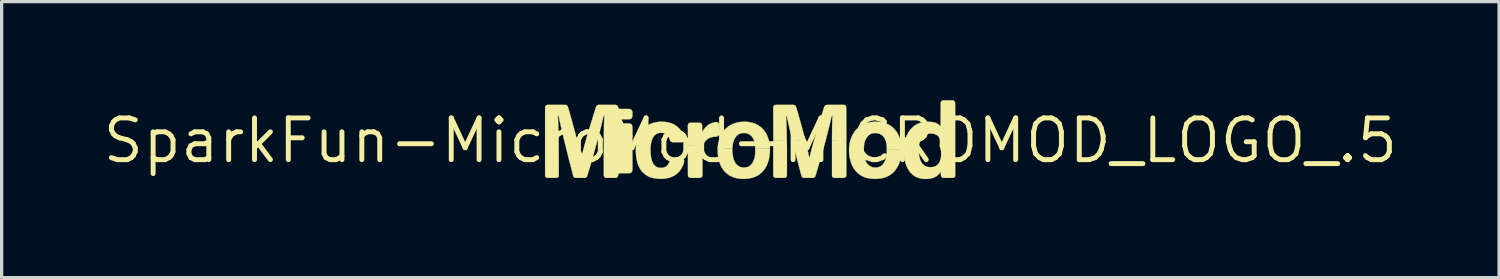
<source format=kicad_pcb>
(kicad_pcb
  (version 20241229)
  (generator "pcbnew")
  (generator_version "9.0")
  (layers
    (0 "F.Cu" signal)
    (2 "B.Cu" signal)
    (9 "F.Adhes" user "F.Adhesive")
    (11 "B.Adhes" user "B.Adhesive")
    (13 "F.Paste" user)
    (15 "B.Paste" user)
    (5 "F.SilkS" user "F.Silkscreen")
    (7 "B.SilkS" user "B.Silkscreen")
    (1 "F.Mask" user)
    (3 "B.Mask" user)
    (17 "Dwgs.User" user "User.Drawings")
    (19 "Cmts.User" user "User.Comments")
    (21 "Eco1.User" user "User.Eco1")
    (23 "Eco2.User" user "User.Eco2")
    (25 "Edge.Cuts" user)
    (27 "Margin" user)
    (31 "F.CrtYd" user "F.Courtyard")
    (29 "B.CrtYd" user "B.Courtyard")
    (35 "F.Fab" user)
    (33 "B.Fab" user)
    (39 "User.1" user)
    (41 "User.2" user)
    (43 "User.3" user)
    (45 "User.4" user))
  (footprint "SparkFun-MicroMod-MICROMOD_LOGO_.5"
    (layer "F.Cu")
    (at 19.783 1.228)
    (property "Reference" "SparkFun-MicroMod-MICROMOD_LOGO_.5" (at 0 0 0) (layer "F.SilkS") (effects (font (size 1.27 1.27) (thickness 0.15))))
    (attr exclude_from_pos_files exclude_from_bom)
    (fp_poly (pts (xy 2.918 -0.013) (xy 2.499 -0.013) (xy 2.484 -0.025) (xy 2.484 1.026) (xy 2.484 1.079) (xy 2.512 1.123) (xy 2.563 1.135) (xy 2.827 1.135) (xy 2.878 1.128) (xy 2.913 1.092) (xy 2.921 1.039) (xy 2.918 -0.013)) (stroke (width 0.008) (type solid)) (fill yes) (layer "F.SilkS"))
    (fp_poly (pts (xy -6.246 -0.109) (xy -6.246 1.046) (xy -6.238 1.097) (xy -6.2 1.13) (xy -6.147 1.135) (xy -5.939 1.135) (xy -5.885 1.133) (xy -5.842 1.102) (xy -5.829 1.054) (xy -5.832 0.213) (xy -5.834 -0.102) (xy -5.88 -0.109) (xy -6.246 -0.109)) (stroke (width 0.008) (type solid)) (fill yes) (layer "F.SilkS"))
    (fp_poly (pts (xy 1.11 -0.013) (xy 0.739 -0.013) (xy 0.696 -0.003) (xy 0.696 1.052) (xy 0.709 1.102) (xy 0.752 1.133) (xy 0.803 1.135) (xy 1.016 1.135) (xy 1.067 1.13) (xy 1.105 1.095) (xy 1.113 1.044) (xy 1.113 0.249) (xy 1.11 -0.013)) (stroke (width 0.008) (type solid)) (fill yes) (layer "F.SilkS"))
    (fp_poly (pts (xy -1.433 0.132) (xy -1.852 0.14) (xy -1.9 0.145) (xy -1.9 1.039) (xy -1.892 1.092) (xy -1.857 1.128) (xy -1.806 1.135) (xy -1.544 1.135) (xy -1.494 1.125) (xy -1.46 1.085) (xy -1.458 1.031) (xy -1.458 0.348) (xy -1.455 0.295) (xy -1.45 0.244) (xy -1.443 0.191) (xy -1.433 0.132)) (stroke (width 0.008) (type solid)) (fill yes) (layer "F.SilkS"))
    (fp_poly (pts (xy -3.589 -0.163) (xy -4.432 -0.109) (xy -4.458 -0.084) (xy -4.46 0.231) (xy -4.46 1.024) (xy -4.46 1.074) (xy -4.432 1.12) (xy -4.384 1.135) (xy -4.12 1.135) (xy -4.069 1.13) (xy -4.031 1.092) (xy -4.023 1.041) (xy -4 0.998) (xy -3.947 0.993) (xy -3.683 0.993) (xy -3.632 0.98) (xy -3.599 0.942) (xy -3.589 0.892) (xy -3.589 -0.163)) (stroke (width 0.008) (type solid)) (fill yes) (layer "F.SilkS"))
    (fp_poly (pts (xy 1.278 -0.013) (xy 1.648 -0.013) (xy 1.676 0.01) (xy 1.57 -0.404) (xy 1.483 -0.711) (xy 1.397 -1.016) (xy 1.374 -1.064) (xy 1.328 -1.087) (xy 0.798 -1.087) (xy 0.744 -1.082) (xy 0.704 -1.049) (xy 0.696 -0.996) (xy 0.699 -0.005) (xy 0.719 -0.013) (xy 1.092 -0.013) (xy 1.11 -0.01) (xy 1.1 -0.47) (xy 1.087 -0.737) (xy 1.092 -0.78) (xy 1.11 -0.737) (xy 1.179 -0.424) (xy 1.278 -0.013)) (stroke (width 0.008) (type solid)) (fill yes) (layer "F.SilkS"))
    (fp_poly (pts (xy 2.814 -1.087) (xy 2.337 -1.087) (xy 2.286 -1.077) (xy 2.25 -1.039) (xy 2.078 -0.48) (xy 1.941 -0.02) (xy 1.981 -0.013) (xy 2.248 -0.013) (xy 2.294 -0.02) (xy 2.388 -0.381) (xy 2.438 -0.587) (xy 2.474 -0.744) (xy 2.497 -0.77) (xy 2.487 -0.396) (xy 2.484 -0.025) (xy 2.525 -0.013) (xy 2.896 -0.013) (xy 2.921 -0.01) (xy 2.918 -1.001) (xy 2.908 -1.052) (xy 2.868 -1.085) (xy 2.814 -1.087)) (stroke (width 0.008) (type solid)) (fill yes) (layer "F.SilkS"))
    (fp_poly (pts (xy -6.175 -1.087) (xy -6.223 -1.069) (xy -6.246 -1.021) (xy -6.246 -0.112) (xy -6.21 -0.109) (xy -5.834 -0.099) (xy -5.837 -0.155) (xy -5.839 -0.262) (xy -5.847 -0.526) (xy -5.857 -0.737) (xy -5.85 -0.78) (xy -5.832 -0.737) (xy -5.776 -0.478) (xy -5.692 -0.119) (xy -5.646 -0.109) (xy -5.329 -0.109) (xy -5.298 -0.107) (xy -5.37 -0.386) (xy -5.441 -0.64) (xy -5.512 -0.894) (xy -5.558 -1.046) (xy -5.596 -1.082) (xy -5.646 -1.087) (xy -6.175 -1.087)) (stroke (width 0.008) (type solid)) (fill yes) (layer "F.SilkS"))
    (fp_poly (pts (xy 2.296 -0.025) (xy 1.976 -0.013) (xy 1.943 -0.025) (xy 1.892 0.152) (xy 1.852 0.305) (xy 1.826 0.406) (xy 1.803 0.511) (xy 1.793 0.526) (xy 1.75 0.32) (xy 1.676 0.013) (xy 1.643 -0.013) (xy 1.328 -0.013) (xy 1.28 -0.01) (xy 1.405 0.5) (xy 1.496 0.856) (xy 1.552 1.062) (xy 1.57 1.11) (xy 1.615 1.135) (xy 1.88 1.135) (xy 1.93 1.133) (xy 1.971 1.1) (xy 1.989 1.049) (xy 2.019 0.95) (xy 2.123 0.594) (xy 2.225 0.239) (xy 2.296 -0.025)) (stroke (width 0.008) (type solid)) (fill yes) (layer "F.SilkS"))
    (fp_poly (pts (xy -5.298 -0.109) (xy -5.669 -0.109) (xy -5.692 -0.117) (xy -5.606 0.229) (xy -5.504 0.64) (xy -5.397 1.052) (xy -5.38 1.102) (xy -5.339 1.133) (xy -5.286 1.135) (xy -5.022 1.133) (xy -4.978 1.105) (xy -4.958 1.057) (xy -4.851 0.701) (xy -4.75 0.343) (xy -4.638 -0.064) (xy -4.62 -0.127) (xy -4.948 -0.109) (xy -4.976 -0.112) (xy -5.027 0.066) (xy -5.083 0.269) (xy -5.121 0.424) (xy -5.144 0.528) (xy -5.154 0.508) (xy -5.177 0.404) (xy -5.222 0.198) (xy -5.286 -0.058) (xy -5.298 -0.109)) (stroke (width 0.008) (type solid)) (fill yes) (layer "F.SilkS"))
    (fp_poly (pts (xy -1.026 -0.566) (xy -1.079 -0.559) (xy -1.13 -0.546) (xy -1.181 -0.528) (xy -1.229 -0.508) (xy -1.275 -0.483) (xy -1.316 -0.45) (xy -1.356 -0.414) (xy -1.389 -0.376) (xy -1.42 -0.333) (xy -1.448 -0.284) (xy -1.463 -0.259) (xy -1.466 -0.366) (xy -1.468 -0.472) (xy -1.488 -0.521) (xy -1.534 -0.544) (xy -1.798 -0.544) (xy -1.852 -0.541) (xy -1.892 -0.508) (xy -1.902 -0.457) (xy -1.9 -0.297) (xy -1.9 0.147) (xy -1.864 0.14) (xy -1.44 0.14) (xy -1.417 0.099) (xy -1.394 0.051) (xy -1.364 0.008) (xy -1.328 -0.028) (xy -1.285 -0.058) (xy -1.24 -0.084) (xy -1.189 -0.099) (xy -1.138 -0.112) (xy -1.085 -0.119) (xy -1.031 -0.122) (xy -0.983 -0.14) (xy -0.958 -0.183) (xy -0.955 -0.5) (xy -0.978 -0.546) (xy -1.026 -0.566)) (stroke (width 0.008) (type solid)) (fill yes) (layer "F.SilkS"))
    (fp_poly (pts (xy -4.978 -0.109) (xy -4.661 -0.109) (xy -4.62 -0.127) (xy -4.529 -0.483) (xy -4.47 -0.739) (xy -4.445 -0.772) (xy -4.455 -0.455) (xy -4.458 -0.081) (xy -4.437 -0.109) (xy -3.594 -0.109) (xy -3.589 -0.157) (xy -3.589 -0.422) (xy -3.602 -0.472) (xy -3.637 -0.508) (xy -3.688 -0.521) (xy -3.952 -0.521) (xy -4.003 -0.526) (xy -4.026 -0.572) (xy -4.021 -0.622) (xy -3.978 -0.648) (xy -3.716 -0.648) (xy -3.663 -0.65) (xy -3.617 -0.676) (xy -3.592 -0.721) (xy -3.589 -0.775) (xy -3.589 -0.879) (xy -3.609 -0.927) (xy -3.653 -0.958) (xy -3.703 -0.963) (xy -3.967 -0.963) (xy -4.016 -0.978) (xy -4.026 -1.029) (xy -4.054 -1.072) (xy -4.105 -1.087) (xy -4.63 -1.087) (xy -4.676 -1.064) (xy -4.699 -1.016) (xy -4.763 -0.815) (xy -4.887 -0.411) (xy -4.978 -0.109)) (stroke (width 0.008) (type solid)) (fill yes) (layer "F.SilkS"))
    (fp_poly (pts (xy -2.703 -0.577) (xy -2.809 -0.569) (xy -2.863 -0.561) (xy -2.913 -0.551) (xy -2.967 -0.536) (xy -3.015 -0.518) (xy -3.063 -0.498) (xy -3.111 -0.472) (xy -3.157 -0.445) (xy -3.198 -0.411) (xy -3.239 -0.376) (xy -3.277 -0.34) (xy -3.31 -0.297) (xy -3.34 -0.254) (xy -3.368 -0.211) (xy -3.391 -0.163) (xy -3.414 -0.114) (xy -3.432 -0.064) (xy -3.447 -0.013) (xy -3.459 0.036) (xy -3.47 0.089) (xy -3.477 0.142) (xy -3.447 0.163) (xy -3.076 0.163) (xy -3.033 0.152) (xy -3.025 0.099) (xy -3.015 0.048) (xy -3.002 -0.003) (xy -2.985 -0.051) (xy -2.959 -0.099) (xy -2.929 -0.142) (xy -2.891 -0.18) (xy -2.847 -0.208) (xy -2.797 -0.226) (xy -2.746 -0.236) (xy -2.692 -0.236) (xy -2.639 -0.229) (xy -2.588 -0.213) (xy -2.545 -0.183) (xy -2.507 -0.145) (xy -2.479 -0.102) (xy -2.459 -0.051) (xy -2.443 0) (xy -2.413 0.038) (xy -2.362 0.051) (xy -2.098 0.051) (xy -2.045 0.043) (xy -2.009 0.003) (xy -2.009 -0.046) (xy -2.022 -0.099) (xy -2.037 -0.15) (xy -2.055 -0.198) (xy -2.08 -0.246) (xy -2.106 -0.292) (xy -2.136 -0.335) (xy -2.172 -0.376) (xy -2.21 -0.411) (xy -2.253 -0.445) (xy -2.296 -0.475) (xy -2.342 -0.5) (xy -2.39 -0.521) (xy -2.441 -0.538) (xy -2.492 -0.551) (xy -2.545 -0.561) (xy -2.598 -0.569) (xy -2.703 -0.577)) (stroke (width 0.008) (type solid)) (fill yes) (layer "F.SilkS"))
    (fp_poly (pts (xy -3.033 0.152) (xy -3.457 0.163) (xy -3.477 0.142) (xy -3.487 0.3) (xy -3.482 0.404) (xy -3.472 0.511) (xy -3.465 0.561) (xy -3.439 0.665) (xy -3.424 0.716) (xy -3.404 0.765) (xy -3.383 0.813) (xy -3.355 0.859) (xy -3.327 0.902) (xy -3.294 0.945) (xy -3.256 0.983) (xy -3.218 1.016) (xy -3.175 1.049) (xy -3.129 1.077) (xy -3.081 1.1) (xy -3.033 1.118) (xy -2.982 1.133) (xy -2.931 1.146) (xy -2.878 1.153) (xy -2.824 1.161) (xy -2.72 1.163) (xy -2.667 1.163) (xy -2.614 1.158) (xy -2.563 1.151) (xy -2.51 1.14) (xy -2.459 1.128) (xy -2.408 1.11) (xy -2.36 1.087) (xy -2.314 1.064) (xy -2.268 1.034) (xy -2.228 1.003) (xy -2.189 0.965) (xy -2.154 0.927) (xy -2.121 0.884) (xy -2.093 0.841) (xy -2.07 0.792) (xy -2.047 0.744) (xy -2.029 0.693) (xy -2.017 0.643) (xy -2.017 0.592) (xy -2.055 0.556) (xy -2.106 0.549) (xy -2.37 0.549) (xy -2.421 0.561) (xy -2.449 0.605) (xy -2.466 0.655) (xy -2.489 0.704) (xy -2.52 0.747) (xy -2.558 0.782) (xy -2.603 0.808) (xy -2.654 0.823) (xy -2.708 0.831) (xy -2.758 0.828) (xy -2.812 0.818) (xy -2.86 0.798) (xy -2.903 0.765) (xy -2.939 0.726) (xy -2.967 0.681) (xy -2.987 0.632) (xy -3.005 0.584) (xy -3.018 0.531) (xy -3.025 0.48) (xy -3.033 0.427) (xy -3.035 0.373) (xy -3.038 0.269) (xy -3.038 0.216) (xy -3.033 0.152)) (stroke (width 0.008) (type solid)) (fill yes) (layer "F.SilkS"))
    (fp_poly (pts (xy 5.862 -1.224) (xy 5.814 -1.204) (xy 5.791 -1.158) (xy 5.789 -0.47) (xy 5.786 -0.427) (xy 5.756 -0.467) (xy 5.712 -0.5) (xy 5.667 -0.526) (xy 5.618 -0.546) (xy 5.568 -0.559) (xy 5.514 -0.566) (xy 5.461 -0.572) (xy 5.41 -0.574) (xy 5.304 -0.569) (xy 5.25 -0.561) (xy 5.199 -0.549) (xy 5.149 -0.533) (xy 5.1 -0.513) (xy 5.052 -0.49) (xy 5.009 -0.462) (xy 4.966 -0.432) (xy 4.925 -0.396) (xy 4.889 -0.358) (xy 4.856 -0.318) (xy 4.823 -0.274) (xy 4.798 -0.229) (xy 4.773 -0.18) (xy 4.75 -0.135) (xy 4.717 -0.033) (xy 4.704 0.015) (xy 4.691 0.066) (xy 4.684 0.119) (xy 4.679 0.173) (xy 4.674 0.224) (xy 4.671 0.277) (xy 4.717 0.287) (xy 5.085 0.287) (xy 5.123 0.269) (xy 5.123 0.216) (xy 5.128 0.165) (xy 5.136 0.112) (xy 5.149 0.061) (xy 5.164 0.01) (xy 5.187 -0.036) (xy 5.215 -0.081) (xy 5.248 -0.122) (xy 5.288 -0.157) (xy 5.331 -0.183) (xy 5.382 -0.201) (xy 5.433 -0.211) (xy 5.486 -0.216) (xy 5.54 -0.211) (xy 5.591 -0.203) (xy 5.641 -0.185) (xy 5.687 -0.16) (xy 5.725 -0.122) (xy 5.753 -0.079) (xy 5.773 -0.028) (xy 5.789 0.02) (xy 5.796 0.071) (xy 5.804 0.124) (xy 5.806 0.178) (xy 5.809 0.282) (xy 5.86 0.287) (xy 6.231 0.287) (xy 6.231 0.234) (xy 6.231 -1.138) (xy 6.22 -1.189) (xy 6.18 -1.222) (xy 6.126 -1.224) (xy 5.862 -1.224)) (stroke (width 0.008) (type solid)) (fill yes) (layer "F.SilkS"))
    (fp_poly (pts (xy -0.183 -0.577) (xy -0.287 -0.569) (xy -0.34 -0.561) (xy -0.391 -0.554) (xy -0.442 -0.538) (xy -0.493 -0.523) (xy -0.541 -0.505) (xy -0.589 -0.48) (xy -0.635 -0.455) (xy -0.678 -0.424) (xy -0.719 -0.391) (xy -0.757 -0.356) (xy -0.792 -0.318) (xy -0.826 -0.277) (xy -0.856 -0.234) (xy -0.881 -0.188) (xy -0.907 -0.14) (xy -0.927 -0.091) (xy -0.945 -0.043) (xy -0.973 0.056) (xy -0.983 0.107) (xy -0.993 0.213) (xy -0.973 0.241) (xy -0.551 0.241) (xy -0.538 0.14) (xy -0.531 0.089) (xy -0.518 0.038) (xy -0.5 -0.01) (xy -0.48 -0.058) (xy -0.452 -0.102) (xy -0.419 -0.142) (xy -0.378 -0.178) (xy -0.333 -0.203) (xy -0.282 -0.221) (xy -0.231 -0.229) (xy -0.178 -0.229) (xy -0.127 -0.224) (xy -0.074 -0.208) (xy -0.028 -0.188) (xy 0.013 -0.157) (xy 0.051 -0.119) (xy 0.079 -0.076) (xy 0.104 -0.028) (xy 0.119 0.018) (xy 0.132 0.069) (xy 0.142 0.122) (xy 0.147 0.173) (xy 0.15 0.226) (xy 0.188 0.241) (xy 0.556 0.241) (xy 0.597 0.231) (xy 0.594 0.178) (xy 0.587 0.124) (xy 0.572 0.02) (xy 0.556 -0.028) (xy 0.541 -0.076) (xy 0.523 -0.127) (xy 0.5 -0.175) (xy 0.478 -0.221) (xy 0.45 -0.267) (xy 0.419 -0.307) (xy 0.384 -0.348) (xy 0.348 -0.386) (xy 0.307 -0.419) (xy 0.264 -0.45) (xy 0.218 -0.478) (xy 0.173 -0.503) (xy 0.124 -0.521) (xy 0.074 -0.538) (xy 0.023 -0.551) (xy -0.025 -0.561) (xy -0.079 -0.569) (xy -0.183 -0.577)) (stroke (width 0.008) (type solid)) (fill yes) (layer "F.SilkS"))
    (fp_poly (pts (xy 0.597 0.241) (xy 0.173 0.241) (xy 0.15 0.224) (xy 0.147 0.381) (xy 0.142 0.434) (xy 0.135 0.485) (xy 0.122 0.538) (xy 0.107 0.589) (xy 0.086 0.638) (xy 0.061 0.683) (xy 0.028 0.726) (xy -0.008 0.762) (xy -0.053 0.79) (xy -0.102 0.81) (xy -0.155 0.818) (xy -0.208 0.82) (xy -0.259 0.815) (xy -0.31 0.8) (xy -0.358 0.777) (xy -0.401 0.744) (xy -0.437 0.706) (xy -0.467 0.663) (xy -0.49 0.615) (xy -0.511 0.566) (xy -0.523 0.516) (xy -0.533 0.462) (xy -0.541 0.409) (xy -0.546 0.356) (xy -0.551 0.239) (xy -0.592 0.241) (xy -0.963 0.241) (xy -0.996 0.213) (xy -0.993 0.371) (xy -0.983 0.475) (xy -0.975 0.528) (xy -0.95 0.63) (xy -0.935 0.681) (xy -0.914 0.732) (xy -0.892 0.78) (xy -0.866 0.826) (xy -0.838 0.871) (xy -0.805 0.912) (xy -0.772 0.953) (xy -0.732 0.988) (xy -0.691 1.024) (xy -0.648 1.054) (xy -0.602 1.079) (xy -0.554 1.102) (xy -0.505 1.12) (xy -0.401 1.148) (xy -0.297 1.163) (xy -0.191 1.166) (xy -0.084 1.158) (xy -0.033 1.153) (xy 0.018 1.14) (xy 0.069 1.128) (xy 0.119 1.11) (xy 0.168 1.09) (xy 0.216 1.067) (xy 0.259 1.039) (xy 0.302 1.008) (xy 0.343 0.973) (xy 0.381 0.935) (xy 0.414 0.894) (xy 0.445 0.851) (xy 0.472 0.805) (xy 0.498 0.759) (xy 0.518 0.711) (xy 0.554 0.61) (xy 0.566 0.559) (xy 0.584 0.455) (xy 0.594 0.348) (xy 0.597 0.241)) (stroke (width 0.008) (type solid)) (fill yes) (layer "F.SilkS"))
    (fp_poly (pts (xy 6.231 0.287) (xy 5.86 0.287) (xy 5.812 0.29) (xy 5.809 0.396) (xy 5.804 0.45) (xy 5.799 0.5) (xy 5.789 0.554) (xy 5.776 0.605) (xy 5.756 0.653) (xy 5.728 0.699) (xy 5.692 0.739) (xy 5.649 0.77) (xy 5.601 0.79) (xy 5.55 0.803) (xy 5.497 0.808) (xy 5.446 0.808) (xy 5.392 0.8) (xy 5.342 0.785) (xy 5.296 0.759) (xy 5.255 0.726) (xy 5.22 0.686) (xy 5.192 0.64) (xy 5.171 0.592) (xy 5.154 0.541) (xy 5.141 0.49) (xy 5.133 0.439) (xy 5.126 0.386) (xy 5.123 0.333) (xy 5.123 0.267) (xy 4.691 0.287) (xy 4.671 0.279) (xy 4.674 0.371) (xy 4.681 0.478) (xy 4.696 0.582) (xy 4.709 0.635) (xy 4.722 0.686) (xy 4.74 0.737) (xy 4.757 0.785) (xy 4.78 0.833) (xy 4.806 0.879) (xy 4.834 0.925) (xy 4.867 0.965) (xy 4.902 1.006) (xy 4.943 1.041) (xy 4.983 1.072) (xy 5.029 1.1) (xy 5.077 1.12) (xy 5.128 1.138) (xy 5.179 1.153) (xy 5.232 1.161) (xy 5.286 1.166) (xy 5.337 1.166) (xy 5.39 1.166) (xy 5.443 1.161) (xy 5.497 1.151) (xy 5.547 1.138) (xy 5.596 1.12) (xy 5.644 1.097) (xy 5.687 1.067) (xy 5.725 1.031) (xy 5.761 0.991) (xy 5.789 0.945) (xy 5.794 0.98) (xy 5.796 1.031) (xy 5.804 1.085) (xy 5.837 1.125) (xy 5.888 1.135) (xy 6.152 1.135) (xy 6.203 1.123) (xy 6.233 1.082) (xy 6.233 1.029) (xy 6.231 0.711) (xy 6.231 0.287)) (stroke (width 0.008) (type solid)) (fill yes) (layer "F.SilkS"))
    (fp_poly (pts (xy 4.597 0.262) (xy 4.176 0.262) (xy 4.153 0.254) (xy 4.148 0.396) (xy 4.14 0.45) (xy 4.133 0.5) (xy 4.12 0.554) (xy 4.102 0.602) (xy 4.082 0.65) (xy 4.054 0.696) (xy 4.021 0.737) (xy 3.98 0.77) (xy 3.934 0.795) (xy 3.884 0.813) (xy 3.83 0.82) (xy 3.78 0.82) (xy 3.726 0.813) (xy 3.675 0.795) (xy 3.63 0.77) (xy 3.589 0.737) (xy 3.553 0.696) (xy 3.526 0.653) (xy 3.503 0.605) (xy 3.485 0.554) (xy 3.472 0.503) (xy 3.462 0.452) (xy 3.457 0.399) (xy 3.452 0.295) (xy 3.429 0.262) (xy 3.005 0.221) (xy 3.002 0.31) (xy 3.005 0.363) (xy 3.015 0.467) (xy 3.023 0.521) (xy 3.035 0.572) (xy 3.048 0.622) (xy 3.063 0.673) (xy 3.081 0.721) (xy 3.104 0.77) (xy 3.127 0.818) (xy 3.157 0.861) (xy 3.188 0.904) (xy 3.221 0.945) (xy 3.259 0.983) (xy 3.299 1.016) (xy 3.343 1.046) (xy 3.388 1.074) (xy 3.434 1.097) (xy 3.485 1.118) (xy 3.533 1.133) (xy 3.586 1.146) (xy 3.691 1.161) (xy 3.795 1.166) (xy 3.901 1.161) (xy 4.006 1.146) (xy 4.056 1.133) (xy 4.107 1.115) (xy 4.155 1.097) (xy 4.204 1.074) (xy 4.249 1.046) (xy 4.293 1.016) (xy 4.333 0.983) (xy 4.371 0.947) (xy 4.407 0.907) (xy 4.437 0.864) (xy 4.465 0.82) (xy 4.493 0.775) (xy 4.514 0.726) (xy 4.534 0.676) (xy 4.549 0.627) (xy 4.575 0.523) (xy 4.585 0.472) (xy 4.595 0.366) (xy 4.597 0.262)) (stroke (width 0.008) (type solid)) (fill yes) (layer "F.SilkS"))
    (fp_poly (pts (xy 3.815 -0.577) (xy 3.711 -0.569) (xy 3.658 -0.561) (xy 3.607 -0.554) (xy 3.553 -0.538) (xy 3.505 -0.523) (xy 3.454 -0.503) (xy 3.409 -0.48) (xy 3.363 -0.455) (xy 3.317 -0.424) (xy 3.277 -0.389) (xy 3.239 -0.353) (xy 3.203 -0.315) (xy 3.17 -0.272) (xy 3.142 -0.229) (xy 3.114 -0.183) (xy 3.091 -0.137) (xy 3.071 -0.086) (xy 3.053 -0.038) (xy 3.038 0.01) (xy 3.025 0.061) (xy 3.015 0.114) (xy 3.005 0.218) (xy 3.015 0.262) (xy 3.437 0.262) (xy 3.452 0.3) (xy 3.457 0.168) (xy 3.462 0.117) (xy 3.472 0.064) (xy 3.487 0.013) (xy 3.508 -0.033) (xy 3.533 -0.079) (xy 3.564 -0.122) (xy 3.599 -0.16) (xy 3.642 -0.191) (xy 3.691 -0.213) (xy 3.744 -0.224) (xy 3.795 -0.229) (xy 3.848 -0.226) (xy 3.899 -0.216) (xy 3.95 -0.198) (xy 3.995 -0.173) (xy 4.036 -0.137) (xy 4.069 -0.097) (xy 4.094 -0.051) (xy 4.115 -0.003) (xy 4.13 0.046) (xy 4.14 0.099) (xy 4.148 0.15) (xy 4.15 0.203) (xy 4.153 0.257) (xy 4.201 0.262) (xy 4.572 0.262) (xy 4.597 0.262) (xy 4.595 0.183) (xy 4.59 0.13) (xy 4.575 0.025) (xy 4.544 -0.074) (xy 4.526 -0.122) (xy 4.506 -0.17) (xy 4.481 -0.218) (xy 4.453 -0.264) (xy 4.422 -0.305) (xy 4.387 -0.345) (xy 4.351 -0.384) (xy 4.31 -0.419) (xy 4.267 -0.45) (xy 4.224 -0.478) (xy 4.176 -0.503) (xy 4.128 -0.521) (xy 4.077 -0.538) (xy 4.026 -0.551) (xy 3.973 -0.561) (xy 3.922 -0.569) (xy 3.815 -0.577)) (stroke (width 0.008) (type solid)) (fill yes) (layer "F.SilkS")))
  (gr_rect
    (start -3 -3)
    (end 42.566 5.398)
    (stroke (width 0.1) (type default))
    (fill no)
    (layer "Edge.Cuts")))
</source>
